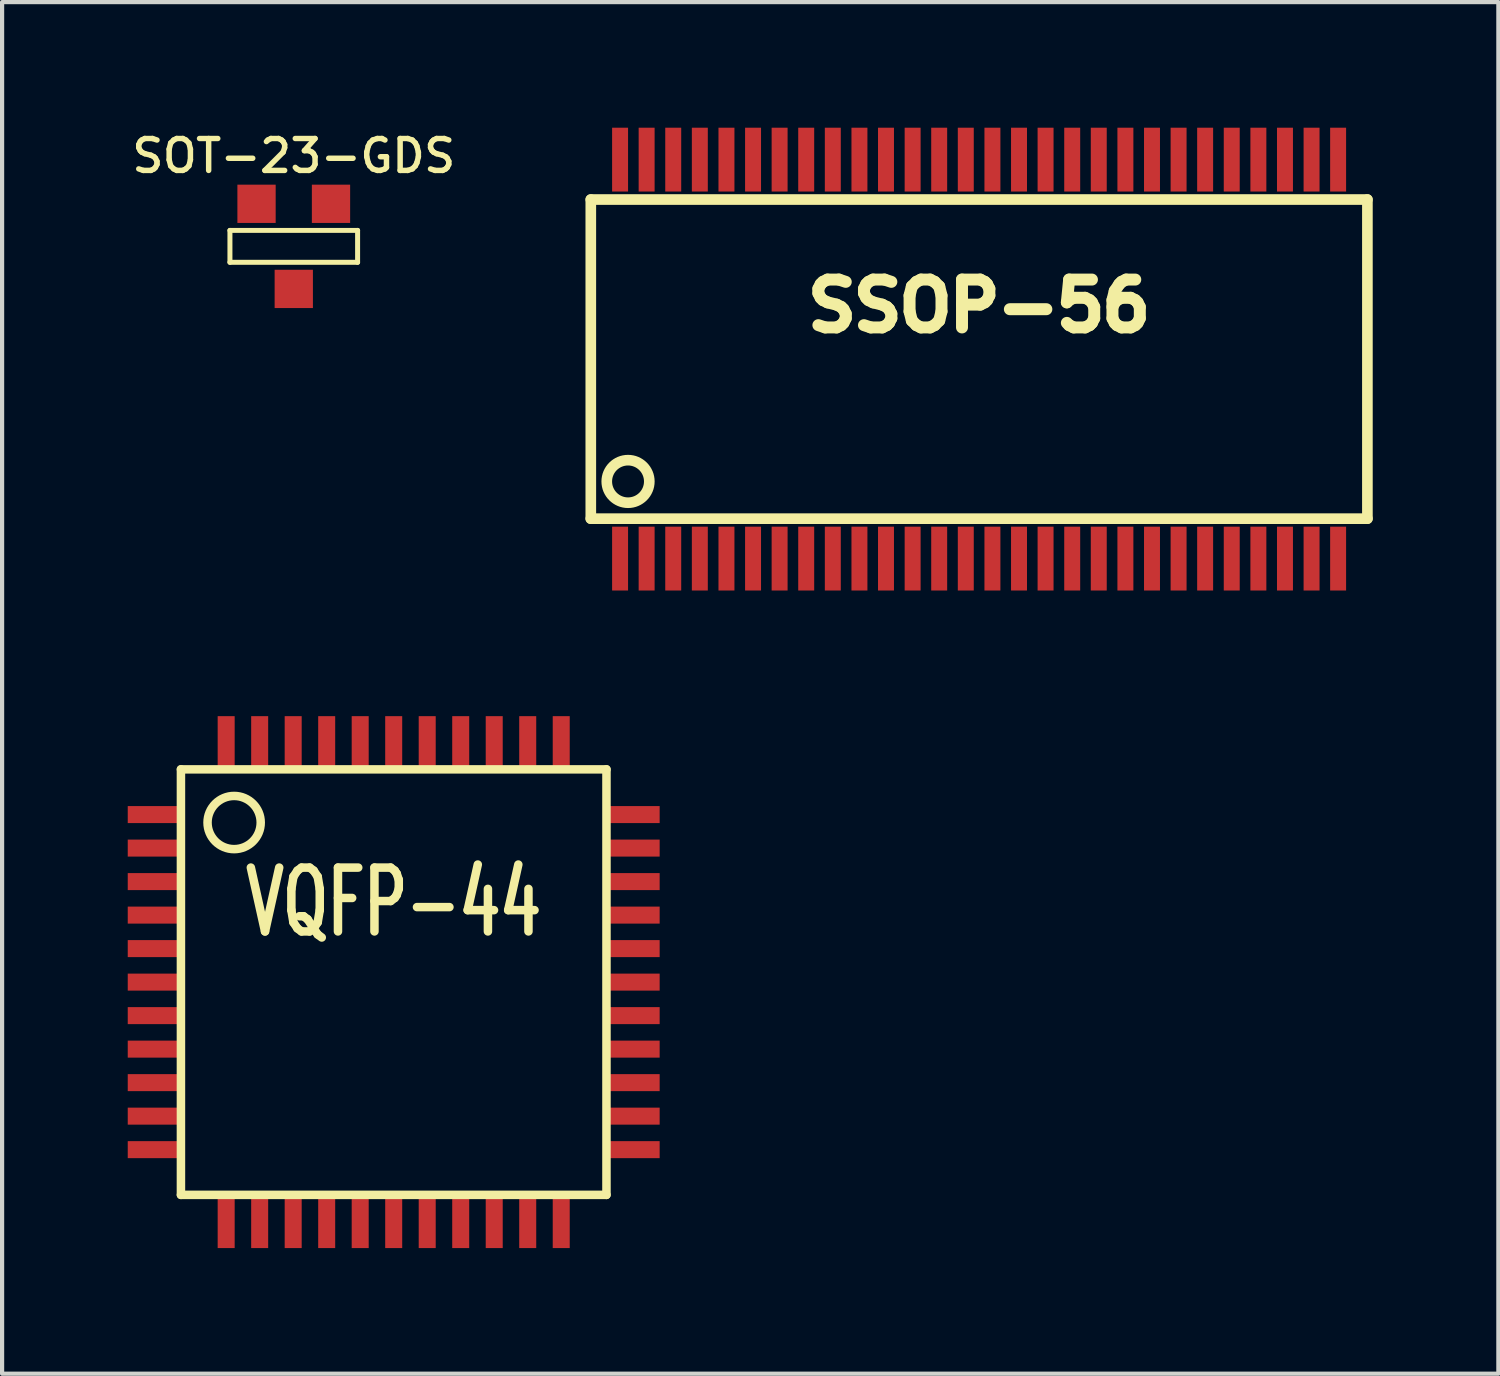
<source format=kicad_pcb>
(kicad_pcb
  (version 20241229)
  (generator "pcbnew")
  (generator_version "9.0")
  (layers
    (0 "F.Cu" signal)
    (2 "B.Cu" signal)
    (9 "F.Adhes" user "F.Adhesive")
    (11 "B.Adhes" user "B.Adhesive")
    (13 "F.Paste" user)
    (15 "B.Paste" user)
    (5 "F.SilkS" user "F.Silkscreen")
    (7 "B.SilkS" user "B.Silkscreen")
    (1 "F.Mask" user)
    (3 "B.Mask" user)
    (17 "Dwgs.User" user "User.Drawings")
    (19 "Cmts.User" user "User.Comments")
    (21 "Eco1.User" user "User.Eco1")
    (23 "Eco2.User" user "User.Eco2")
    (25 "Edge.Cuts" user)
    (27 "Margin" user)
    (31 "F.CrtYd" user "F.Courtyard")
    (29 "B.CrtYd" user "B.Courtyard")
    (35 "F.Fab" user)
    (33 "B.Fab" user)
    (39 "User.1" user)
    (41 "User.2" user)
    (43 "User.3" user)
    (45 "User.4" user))
  (footprint "SSOP-56"
    (layer "F.Cu")
    (at 20.327 5.524)
    (property "Reference" "SSOP-56" (at 0 -1.27 0) (layer "F.SilkS") (effects (font (size 1.143 1.143) (thickness 0.287))))
    (attr smd)
    (fp_line (start -9.271 -3.81) (end -9.271 3.81) (stroke (width 0.254) (type solid)) (layer "F.SilkS"))
    (fp_line (start -9.271 3.81) (end 9.271 3.81) (stroke (width 0.254) (type solid)) (layer "F.SilkS"))
    (fp_line (start 9.271 -3.81) (end -9.271 -3.81) (stroke (width 0.254) (type solid)) (layer "F.SilkS"))
    (fp_line (start 9.271 3.81) (end 9.271 -3.81) (stroke (width 0.254) (type solid)) (layer "F.SilkS"))
    (fp_circle (center -8.382 2.921) (end -8.382 2.413) (stroke (width 0.254) (type solid)) (fill no) (layer "F.SilkS"))
    (pad "1" smd rect (at -8.572 4.763) (size 0.381 1.524) (layers "F.Cu" "F.Mask" "F.Paste"))
    (pad "2" smd rect (at -7.938 4.763) (size 0.381 1.524) (layers "F.Cu" "F.Mask" "F.Paste"))
    (pad "3" smd rect (at -7.303 4.763) (size 0.381 1.524) (layers "F.Cu" "F.Mask" "F.Paste"))
    (pad "4" smd rect (at -6.668 4.763) (size 0.381 1.524) (layers "F.Cu" "F.Mask" "F.Paste"))
    (pad "5" smd rect (at -6.032 4.763) (size 0.381 1.524) (layers "F.Cu" "F.Mask" "F.Paste"))
    (pad "6" smd rect (at -5.397 4.763) (size 0.381 1.524) (layers "F.Cu" "F.Mask" "F.Paste"))
    (pad "7" smd rect (at -4.763 4.763) (size 0.381 1.524) (layers "F.Cu" "F.Mask" "F.Paste"))
    (pad "8" smd rect (at -4.128 4.763) (size 0.381 1.524) (layers "F.Cu" "F.Mask" "F.Paste"))
    (pad "9" smd rect (at -3.493 4.763) (size 0.381 1.524) (layers "F.Cu" "F.Mask" "F.Paste"))
    (pad "10" smd rect (at -2.857 4.763) (size 0.381 1.524) (layers "F.Cu" "F.Mask" "F.Paste"))
    (pad "11" smd rect (at -2.223 4.763) (size 0.381 1.524) (layers "F.Cu" "F.Mask" "F.Paste"))
    (pad "12" smd rect (at -1.587 4.763) (size 0.381 1.524) (layers "F.Cu" "F.Mask" "F.Paste"))
    (pad "13" smd rect (at -0.953 4.763) (size 0.381 1.524) (layers "F.Cu" "F.Mask" "F.Paste"))
    (pad "14" smd rect (at -0.318 4.763) (size 0.381 1.524) (layers "F.Cu" "F.Mask" "F.Paste"))
    (pad "15" smd rect (at 0.318 4.763) (size 0.381 1.524) (layers "F.Cu" "F.Mask" "F.Paste"))
    (pad "16" smd rect (at 0.953 4.763) (size 0.381 1.524) (layers "F.Cu" "F.Mask" "F.Paste"))
    (pad "17" smd rect (at 1.587 4.763) (size 0.381 1.524) (layers "F.Cu" "F.Mask" "F.Paste"))
    (pad "18" smd rect (at 2.223 4.763) (size 0.381 1.524) (layers "F.Cu" "F.Mask" "F.Paste"))
    (pad "19" smd rect (at 2.857 4.763) (size 0.381 1.524) (layers "F.Cu" "F.Mask" "F.Paste"))
    (pad "20" smd rect (at 3.493 4.763) (size 0.381 1.524) (layers "F.Cu" "F.Mask" "F.Paste"))
    (pad "21" smd rect (at 4.128 4.763) (size 0.381 1.524) (layers "F.Cu" "F.Mask" "F.Paste"))
    (pad "22" smd rect (at 4.763 4.763) (size 0.381 1.524) (layers "F.Cu" "F.Mask" "F.Paste"))
    (pad "23" smd rect (at 5.397 4.763) (size 0.381 1.524) (layers "F.Cu" "F.Mask" "F.Paste"))
    (pad "24" smd rect (at 6.032 4.763) (size 0.381 1.524) (layers "F.Cu" "F.Mask" "F.Paste"))
    (pad "25" smd rect (at 6.668 4.763) (size 0.381 1.524) (layers "F.Cu" "F.Mask" "F.Paste"))
    (pad "26" smd rect (at 7.303 4.763) (size 0.381 1.524) (layers "F.Cu" "F.Mask" "F.Paste"))
    (pad "27" smd rect (at 7.938 4.763) (size 0.381 1.524) (layers "F.Cu" "F.Mask" "F.Paste"))
    (pad "28" smd rect (at 8.572 4.763) (size 0.381 1.524) (layers "F.Cu" "F.Mask" "F.Paste"))
    (pad "29" smd rect (at 8.572 -4.763) (size 0.381 1.524) (layers "F.Cu" "F.Mask" "F.Paste"))
    (pad "30" smd rect (at 7.938 -4.763) (size 0.381 1.524) (layers "F.Cu" "F.Mask" "F.Paste"))
    (pad "31" smd rect (at 7.303 -4.763) (size 0.381 1.524) (layers "F.Cu" "F.Mask" "F.Paste"))
    (pad "32" smd rect (at 6.668 -4.763) (size 0.381 1.524) (layers "F.Cu" "F.Mask" "F.Paste"))
    (pad "33" smd rect (at 6.032 -4.763) (size 0.381 1.524) (layers "F.Cu" "F.Mask" "F.Paste"))
    (pad "34" smd rect (at 5.397 -4.763) (size 0.381 1.524) (layers "F.Cu" "F.Mask" "F.Paste"))
    (pad "35" smd rect (at 4.763 -4.763) (size 0.381 1.524) (layers "F.Cu" "F.Mask" "F.Paste"))
    (pad "36" smd rect (at 4.128 -4.763) (size 0.381 1.524) (layers "F.Cu" "F.Mask" "F.Paste"))
    (pad "37" smd rect (at 3.493 -4.763) (size 0.381 1.524) (layers "F.Cu" "F.Mask" "F.Paste"))
    (pad "38" smd rect (at 2.857 -4.763) (size 0.381 1.524) (layers "F.Cu" "F.Mask" "F.Paste"))
    (pad "39" smd rect (at 2.223 -4.763) (size 0.381 1.524) (layers "F.Cu" "F.Mask" "F.Paste"))
    (pad "40" smd rect (at 1.587 -4.763) (size 0.381 1.524) (layers "F.Cu" "F.Mask" "F.Paste"))
    (pad "41" smd rect (at 0.953 -4.763) (size 0.381 1.524) (layers "F.Cu" "F.Mask" "F.Paste"))
    (pad "42" smd rect (at 0.318 -4.763) (size 0.381 1.524) (layers "F.Cu" "F.Mask" "F.Paste"))
    (pad "43" smd rect (at -0.318 -4.763) (size 0.381 1.524) (layers "F.Cu" "F.Mask" "F.Paste"))
    (pad "44" smd rect (at -0.953 -4.763) (size 0.381 1.524) (layers "F.Cu" "F.Mask" "F.Paste"))
    (pad "45" smd rect (at -1.587 -4.763) (size 0.381 1.524) (layers "F.Cu" "F.Mask" "F.Paste"))
    (pad "46" smd rect (at -2.223 -4.763) (size 0.381 1.524) (layers "F.Cu" "F.Mask" "F.Paste"))
    (pad "47" smd rect (at -2.857 -4.763) (size 0.381 1.524) (layers "F.Cu" "F.Mask" "F.Paste"))
    (pad "48" smd rect (at -3.493 -4.763) (size 0.381 1.524) (layers "F.Cu" "F.Mask" "F.Paste"))
    (pad "49" smd rect (at -4.128 -4.763) (size 0.381 1.524) (layers "F.Cu" "F.Mask" "F.Paste"))
    (pad "50" smd rect (at -4.763 -4.763) (size 0.381 1.524) (layers "F.Cu" "F.Mask" "F.Paste"))
    (pad "51" smd rect (at -5.397 -4.763) (size 0.381 1.524) (layers "F.Cu" "F.Mask" "F.Paste"))
    (pad "52" smd rect (at -6.032 -4.763) (size 0.381 1.524) (layers "F.Cu" "F.Mask" "F.Paste"))
    (pad "53" smd rect (at -6.668 -4.763) (size 0.381 1.524) (layers "F.Cu" "F.Mask" "F.Paste"))
    (pad "54" smd rect (at -7.303 -4.763) (size 0.381 1.524) (layers "F.Cu" "F.Mask" "F.Paste"))
    (pad "55" smd rect (at -7.938 -4.763) (size 0.381 1.524) (layers "F.Cu" "F.Mask" "F.Paste"))
    (pad "56" smd rect (at -8.572 -4.763) (size 0.381 1.524) (layers "F.Cu" "F.Mask" "F.Paste")))
  (footprint "SOT-23-GDS"
    (layer "F.Cu")
    (at 3.964 2.832)
    (property "Reference" "SOT-23-GDS" (at 0 -2.159 0) (layer "F.SilkS") (effects (font (size 0.762 0.762) (thickness 0.13))))
    (attr smd)
    (fp_line (start -1.524 -0.381) (end 1.524 -0.381) (stroke (width 0.119) (type solid)) (layer "F.SilkS"))
    (fp_line (start -1.524 0.381) (end -1.524 -0.381) (stroke (width 0.119) (type solid)) (layer "F.SilkS"))
    (fp_line (start 1.524 -0.381) (end 1.524 0.381) (stroke (width 0.119) (type solid)) (layer "F.SilkS"))
    (fp_line (start 1.524 0.381) (end -1.524 0.381) (stroke (width 0.119) (type solid)) (layer "F.SilkS"))
    (pad "D" smd rect (at 0 1.016) (size 0.914 0.914) (layers "F.Cu" "F.Mask" "F.Paste"))
    (pad "G" smd rect (at 0.889 -1.016) (size 0.914 0.914) (layers "F.Cu" "F.Mask" "F.Paste"))
    (pad "S" smd rect (at -0.889 -1.016) (size 0.914 0.914) (layers "F.Cu" "F.Mask" "F.Paste")))
  (footprint "VQFP-44"
    (layer "F.Cu")
    (at 6.35 20.399)
    (property "Reference" "VQFP-44" (at 0 -1.905 0) (layer "F.SilkS") (effects (font (size 1.524 1.016) (thickness 0.203))))
    (attr smd)
    (fp_line (start -5.08 -5.08) (end 5.08 -5.08) (stroke (width 0.203) (type solid)) (layer "F.SilkS"))
    (fp_line (start -5.08 5.08) (end -5.08 -5.08) (stroke (width 0.203) (type solid)) (layer "F.SilkS"))
    (fp_line (start 5.08 -5.08) (end 5.08 5.08) (stroke (width 0.203) (type solid)) (layer "F.SilkS"))
    (fp_line (start 5.08 5.08) (end -5.08 5.08) (stroke (width 0.203) (type solid)) (layer "F.SilkS"))
    (fp_circle (center -3.81 -3.81) (end -3.81 -3.175) (stroke (width 0.203) (type solid)) (fill no) (layer "F.SilkS"))
    (pad "1" smd rect (at -5.715 -4) (size 1.27 0.406) (layers "F.Cu" "F.Mask" "F.Paste"))
    (pad "2" smd rect (at -5.715 -3.2) (size 1.27 0.406) (layers "F.Cu" "F.Mask" "F.Paste"))
    (pad "3" smd rect (at -5.715 -2.4) (size 1.27 0.406) (layers "F.Cu" "F.Mask" "F.Paste"))
    (pad "4" smd rect (at -5.715 -1.6) (size 1.27 0.406) (layers "F.Cu" "F.Mask" "F.Paste"))
    (pad "5" smd rect (at -5.715 -0.8) (size 1.27 0.406) (layers "F.Cu" "F.Mask" "F.Paste"))
    (pad "6" smd rect (at -5.715 0) (size 1.27 0.406) (layers "F.Cu" "F.Mask" "F.Paste"))
    (pad "7" smd rect (at -5.715 0.8) (size 1.27 0.406) (layers "F.Cu" "F.Mask" "F.Paste"))
    (pad "8" smd rect (at -5.715 1.6) (size 1.27 0.406) (layers "F.Cu" "F.Mask" "F.Paste"))
    (pad "9" smd rect (at -5.715 2.4) (size 1.27 0.406) (layers "F.Cu" "F.Mask" "F.Paste"))
    (pad "10" smd rect (at -5.715 3.2) (size 1.27 0.406) (layers "F.Cu" "F.Mask" "F.Paste"))
    (pad "11" smd rect (at -5.715 4) (size 1.27 0.406) (layers "F.Cu" "F.Mask" "F.Paste"))
    (pad "12" smd rect (at -4 5.715) (size 0.406 1.27) (layers "F.Cu" "F.Mask" "F.Paste"))
    (pad "13" smd rect (at -3.2 5.715) (size 0.406 1.27) (layers "F.Cu" "F.Mask" "F.Paste"))
    (pad "14" smd rect (at -2.4 5.715) (size 0.406 1.27) (layers "F.Cu" "F.Mask" "F.Paste"))
    (pad "15" smd rect (at -1.6 5.715) (size 0.406 1.27) (layers "F.Cu" "F.Mask" "F.Paste"))
    (pad "16" smd rect (at -0.8 5.715) (size 0.406 1.27) (layers "F.Cu" "F.Mask" "F.Paste"))
    (pad "17" smd rect (at 0 5.715) (size 0.406 1.27) (layers "F.Cu" "F.Mask" "F.Paste"))
    (pad "18" smd rect (at 0.8 5.715) (size 0.406 1.27) (layers "F.Cu" "F.Mask" "F.Paste"))
    (pad "19" smd rect (at 1.6 5.715) (size 0.406 1.27) (layers "F.Cu" "F.Mask" "F.Paste"))
    (pad "20" smd rect (at 2.4 5.715) (size 0.406 1.27) (layers "F.Cu" "F.Mask" "F.Paste"))
    (pad "21" smd rect (at 3.2 5.715) (size 0.406 1.27) (layers "F.Cu" "F.Mask" "F.Paste"))
    (pad "22" smd rect (at 4 5.715) (size 0.406 1.27) (layers "F.Cu" "F.Mask" "F.Paste"))
    (pad "23" smd rect (at 5.715 4) (size 1.27 0.406) (layers "F.Cu" "F.Mask" "F.Paste"))
    (pad "24" smd rect (at 5.715 3.2) (size 1.27 0.406) (layers "F.Cu" "F.Mask" "F.Paste"))
    (pad "25" smd rect (at 5.715 2.4) (size 1.27 0.406) (layers "F.Cu" "F.Mask" "F.Paste"))
    (pad "26" smd rect (at 5.715 1.6) (size 1.27 0.406) (layers "F.Cu" "F.Mask" "F.Paste"))
    (pad "27" smd rect (at 5.715 0.8) (size 1.27 0.406) (layers "F.Cu" "F.Mask" "F.Paste"))
    (pad "28" smd rect (at 5.715 0) (size 1.27 0.406) (layers "F.Cu" "F.Mask" "F.Paste"))
    (pad "29" smd rect (at 5.715 -0.8) (size 1.27 0.406) (layers "F.Cu" "F.Mask" "F.Paste"))
    (pad "30" smd rect (at 5.715 -1.6) (size 1.27 0.406) (layers "F.Cu" "F.Mask" "F.Paste"))
    (pad "31" smd rect (at 5.715 -2.4) (size 1.27 0.406) (layers "F.Cu" "F.Mask" "F.Paste"))
    (pad "32" smd rect (at 5.715 -3.2) (size 1.27 0.406) (layers "F.Cu" "F.Mask" "F.Paste"))
    (pad "33" smd rect (at 5.715 -4) (size 1.27 0.406) (layers "F.Cu" "F.Mask" "F.Paste"))
    (pad "34" smd rect (at 4 -5.715 90) (size 1.27 0.406) (layers "F.Cu" "F.Mask" "F.Paste"))
    (pad "35" smd rect (at 3.2 -5.715 90) (size 1.27 0.406) (layers "F.Cu" "F.Mask" "F.Paste"))
    (pad "36" smd rect (at 2.4 -5.715 90) (size 1.27 0.406) (layers "F.Cu" "F.Mask" "F.Paste"))
    (pad "37" smd rect (at 1.6 -5.715 90) (size 1.27 0.406) (layers "F.Cu" "F.Mask" "F.Paste"))
    (pad "38" smd rect (at 0.8 -5.715 90) (size 1.27 0.406) (layers "F.Cu" "F.Mask" "F.Paste"))
    (pad "39" smd rect (at 0 -5.715 90) (size 1.27 0.406) (layers "F.Cu" "F.Mask" "F.Paste"))
    (pad "40" smd rect (at -0.8 -5.715 90) (size 1.27 0.406) (layers "F.Cu" "F.Mask" "F.Paste"))
    (pad "41" smd rect (at -1.6 -5.715 90) (size 1.27 0.406) (layers "F.Cu" "F.Mask" "F.Paste"))
    (pad "42" smd rect (at -2.4 -5.715 90) (size 1.27 0.406) (layers "F.Cu" "F.Mask" "F.Paste"))
    (pad "43" smd rect (at -3.2 -5.715 90) (size 1.27 0.406) (layers "F.Cu" "F.Mask" "F.Paste"))
    (pad "44" smd rect (at -4 -5.715 90) (size 1.27 0.406) (layers "F.Cu" "F.Mask" "F.Paste")))
  (gr_rect
    (start -3 -3)
    (end 32.725 29.749)
    (stroke (width 0.1) (type default))
    (fill no)
    (layer "Edge.Cuts")))
</source>
